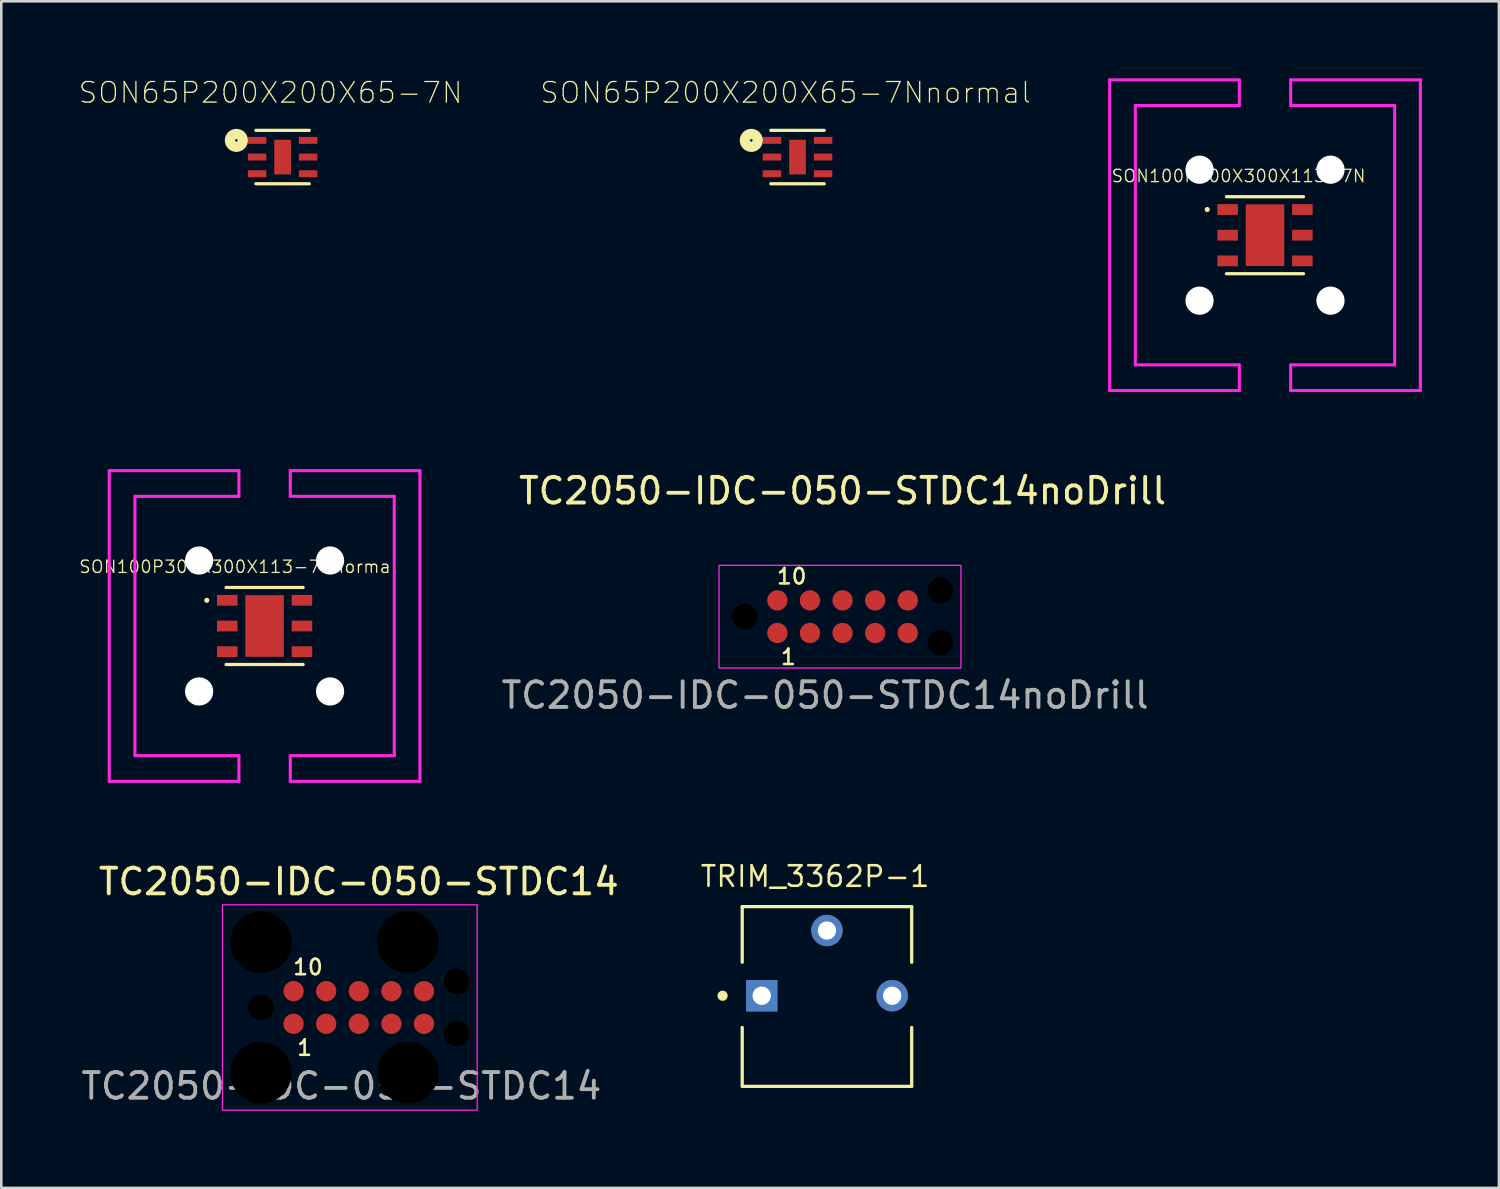
<source format=kicad_pcb>
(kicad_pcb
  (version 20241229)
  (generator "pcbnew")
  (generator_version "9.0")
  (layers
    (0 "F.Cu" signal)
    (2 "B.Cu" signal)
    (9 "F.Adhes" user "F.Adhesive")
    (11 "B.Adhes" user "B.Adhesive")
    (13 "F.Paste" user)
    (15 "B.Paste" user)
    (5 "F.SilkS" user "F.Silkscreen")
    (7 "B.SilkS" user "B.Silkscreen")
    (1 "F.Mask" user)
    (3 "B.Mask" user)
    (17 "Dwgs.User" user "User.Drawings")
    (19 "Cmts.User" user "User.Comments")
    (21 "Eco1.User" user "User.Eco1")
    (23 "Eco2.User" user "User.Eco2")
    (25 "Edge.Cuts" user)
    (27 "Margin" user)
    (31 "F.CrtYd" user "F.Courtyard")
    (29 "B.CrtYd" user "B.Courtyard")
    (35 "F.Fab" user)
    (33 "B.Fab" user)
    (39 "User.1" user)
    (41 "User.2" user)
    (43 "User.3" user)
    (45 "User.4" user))
  (footprint "SON100P300X300X113-7N"
    (layer "F.Cu")
    (at 46.218 6.11)
    (property "Reference" "SON100P300X300X113-7N" (at -1.031 -2.306 0) (layer "F.SilkS") (effects (font (size 0.48 0.48) (thickness 0.05))))
    (attr smd)
    (fp_line (start -1.5 -1.5) (end 1.5 -1.5) (stroke (width 0.127) (type solid)) (layer "F.SilkS"))
    (fp_line (start 1.5 1.5) (end -1.5 1.5) (stroke (width 0.127) (type solid)) (layer "F.SilkS"))
    (fp_circle (center -2.25 -1) (end -2.2 -1) (stroke (width 0.1) (type solid)) (fill no) (layer "F.SilkS"))
    (fp_poly (pts (xy -0.47 -0.75) (xy 0.47 -0.75) (xy 0.47 0.75) (xy -0.47 0.75)) (stroke (width 0) (type solid)) (fill yes) (layer "F.Paste"))
    (fp_line (start -2 -1.75) (end 2 -1.75) (stroke (width 0.05) (type solid)) (layer "Eco1.User"))
    (fp_line (start -2 1.75) (end -2 -1.75) (stroke (width 0.05) (type solid)) (layer "Eco1.User"))
    (fp_line (start 2 -1.75) (end 2 1.75) (stroke (width 0.05) (type solid)) (layer "Eco1.User"))
    (fp_line (start 2 1.75) (end -2 1.75) (stroke (width 0.05) (type solid)) (layer "Eco1.User"))
    (fp_line (start -1.5 1.5) (end -1.5 -1.5) (stroke (width 0.127) (type solid)) (layer "Eco2.User"))
    (fp_line (start 1.5 -1.5) (end 1.5 1.5) (stroke (width 0.127) (type solid)) (layer "Eco2.User"))
    (fp_line (start -6.05 -6.05) (end -6.05 6.05) (stroke (width 0.12) (type solid)) (layer "F.CrtYd"))
    (fp_line (start -6.05 6.05) (end -1 6.05) (stroke (width 0.12) (type solid)) (layer "F.CrtYd"))
    (fp_line (start -5.05 -5.05) (end -5.05 5.05) (stroke (width 0.12) (type solid)) (layer "F.CrtYd"))
    (fp_line (start -5.05 5.05) (end -1 5.05) (stroke (width 0.12) (type solid)) (layer "F.CrtYd"))
    (fp_line (start -1 -6.05) (end -6.05 -6.05) (stroke (width 0.12) (type solid)) (layer "F.CrtYd"))
    (fp_line (start -1 -5.05) (end -5.05 -5.05) (stroke (width 0.12) (type solid)) (layer "F.CrtYd"))
    (fp_line (start -1 -5.05) (end -1 -6.05) (stroke (width 0.12) (type solid)) (layer "F.CrtYd"))
    (fp_line (start -1 6.05) (end -1 5.05) (stroke (width 0.12) (type solid)) (layer "F.CrtYd"))
    (fp_line (start 1 -5.05) (end 1 -6.05) (stroke (width 0.12) (type solid)) (layer "F.CrtYd"))
    (fp_line (start 1 5.05) (end 5.05 5.05) (stroke (width 0.12) (type solid)) (layer "F.CrtYd"))
    (fp_line (start 1 6.05) (end 1 5.05) (stroke (width 0.12) (type solid)) (layer "F.CrtYd"))
    (fp_line (start 1 6.05) (end 6.05 6.05) (stroke (width 0.12) (type solid)) (layer "F.CrtYd"))
    (fp_line (start 5.05 -5.05) (end 1 -5.05) (stroke (width 0.12) (type solid)) (layer "F.CrtYd"))
    (fp_line (start 5.05 5.05) (end 5.05 -5.05) (stroke (width 0.12) (type solid)) (layer "F.CrtYd"))
    (fp_line (start 6.05 -6.05) (end 1 -6.05) (stroke (width 0.12) (type solid)) (layer "F.CrtYd"))
    (fp_line (start 6.05 6.05) (end 6.05 -6.05) (stroke (width 0.12) (type solid)) (layer "F.CrtYd"))
    (pad "" np_thru_hole circle (at -2.55 -2.55) (size 1.1 1.1) (drill 1.1) (layers "*.Cu" "*.Mask"))
    (pad "" np_thru_hole circle (at -2.55 2.55) (size 1.1 1.1) (drill 1.1) (layers "*.Cu" "*.Mask"))
    (pad "" np_thru_hole circle (at 2.55 -2.55) (size 1.1 1.1) (drill 1.1) (layers "*.Cu" "*.Mask"))
    (pad "" np_thru_hole circle (at 2.55 2.55) (size 1.1 1.1) (drill 1.1) (layers "*.Cu" "*.Mask"))
    (pad "1" smd rect (at -1.455 -1) (size 0.8 0.42) (layers "F.Cu" "F.Mask" "F.Paste"))
    (pad "2" smd rect (at -1.455 0) (size 0.8 0.42) (layers "F.Cu" "F.Mask" "F.Paste"))
    (pad "3" smd rect (at -1.455 1) (size 0.8 0.42) (layers "F.Cu" "F.Mask" "F.Paste"))
    (pad "4" smd rect (at 1.455 1) (size 0.8 0.42) (layers "F.Cu" "F.Mask" "F.Paste"))
    (pad "5" smd rect (at 1.455 0) (size 0.8 0.42) (layers "F.Cu" "F.Mask" "F.Paste"))
    (pad "6" smd rect (at 1.455 -1) (size 0.8 0.42) (layers "F.Cu" "F.Mask" "F.Paste"))
    (pad "7" smd rect (at 0 0) (size 1.5 2.4) (layers "F.Cu" "F.Mask" "F.Paste")))
  (footprint "SON65P200X200X65-7N"
    (layer "F.Cu")
    (at 7.956 3.067)
    (property "Reference" "SON65P200X200X65-7N" (at -0.468 -2.51 0) (layer "F.SilkS") (effects (font (size 0.801 0.801) (thickness 0.05))))
    (attr smd)
    (fp_line (start 1.04 -1.04) (end -1.04 -1.04) (stroke (width 0.127) (type solid)) (layer "F.SilkS"))
    (fp_line (start 1.04 1.04) (end -1.04 1.04) (stroke (width 0.127) (type solid)) (layer "F.SilkS"))
    (fp_circle (center -1.8 -0.65) (end -1.75 -0.65) (stroke (width 0.4) (type solid)) (fill no) (layer "F.SilkS"))
    (fp_poly (pts (xy 0.205 -0.427) (xy 0.205 0.427) (xy -0.206 0.427) (xy -0.206 -0.427)) (stroke (width 0) (type solid)) (fill yes) (layer "F.Paste"))
    (fp_line (start -1.61 -1.29) (end 1.61 -1.29) (stroke (width 0.05) (type solid)) (layer "Eco1.User"))
    (fp_line (start -1.61 1.29) (end -1.61 -1.29) (stroke (width 0.05) (type solid)) (layer "Eco1.User"))
    (fp_line (start 1.61 -1.29) (end 1.61 1.29) (stroke (width 0.05) (type solid)) (layer "Eco1.User"))
    (fp_line (start 1.61 1.29) (end -1.61 1.29) (stroke (width 0.05) (type solid)) (layer "Eco1.User"))
    (fp_line (start -1.04 -1.04) (end 1.04 -1.04) (stroke (width 0.127) (type solid)) (layer "Eco2.User"))
    (fp_line (start -1.04 1.04) (end -1.04 -1.04) (stroke (width 0.127) (type solid)) (layer "Eco2.User"))
    (fp_line (start 1.04 -1.04) (end 1.04 1.04) (stroke (width 0.127) (type solid)) (layer "Eco2.User"))
    (fp_line (start 1.04 1.04) (end -1.04 1.04) (stroke (width 0.127) (type solid)) (layer "Eco2.User"))
    (fp_circle (center -0.6 -0.6) (end -0.55 -0.6) (stroke (width 0.4) (type solid)) (fill no) (layer "Eco2.User"))
    (pad "1" smd rect (at -0.995 -0.65) (size 0.72 0.27) (layers "F.Cu" "F.Mask" "F.Paste"))
    (pad "2" smd rect (at -0.995 0) (size 0.72 0.27) (layers "F.Cu" "F.Mask" "F.Paste"))
    (pad "3" smd rect (at -0.995 0.65) (size 0.72 0.27) (layers "F.Cu" "F.Mask" "F.Paste"))
    (pad "4" smd rect (at 0.995 0.65) (size 0.72 0.27) (layers "F.Cu" "F.Mask" "F.Paste"))
    (pad "5" smd rect (at 0.995 0) (size 0.72 0.27) (layers "F.Cu" "F.Mask" "F.Paste"))
    (pad "6" smd rect (at 0.995 -0.65) (size 0.72 0.27) (layers "F.Cu" "F.Mask" "F.Paste"))
    (pad "EP" smd rect (at 0 0 270) (size 1.35 0.65) (layers "F.Cu" "F.Mask" "F.Paste")))
  (footprint "TC2050-IDC-050-STDC14"
    (layer "F.Cu")
    (at 7.114 36.188)
    (property "Reference" "TC2050-IDC-050-STDC14" (at 3.81 -4.9 0) (unlocked yes) (layer "F.SilkS") (effects (font (size 1 1) (thickness 0.15))))
    (attr smd exclude_from_bom)
    (fp_rect (start -1.5 -4) (end 8.42 4) (stroke (width 0.05) (type solid)) (fill no) (layer "F.CrtYd"))
    (fp_text user "1" (at 1.7 1.57 0) (unlocked yes) (layer "F.SilkS") (effects (font (size 0.6 0.6) (thickness 0.1))))
    (fp_text user "10" (at 1.83 -1.57 0) (unlocked yes) (layer "F.SilkS") (effects (font (size 0.6 0.6) (thickness 0.1))))
    (fp_text user "${REFERENCE}" (at 3.13 3.06 0) (unlocked yes) (layer "F.Fab") (effects (font (size 1 1) (thickness 0.15))))
    (pad "" np_thru_hole circle (at 0 -2.54) (size 2.4 2.4) (drill 2.4) (layers "*.Mask"))
    (pad "" np_thru_hole circle (at 0 0) (size 1 1) (drill 1) (layers "*.Mask"))
    (pad "" np_thru_hole circle (at 0 2.54) (size 2.4 2.4) (drill 2.4) (layers "*.Mask"))
    (pad "" np_thru_hole circle (at 5.715 -2.54) (size 2.4 2.4) (drill 2.4) (layers "*.Mask"))
    (pad "" np_thru_hole circle (at 5.715 2.54) (size 2.4 2.4) (drill 2.4) (layers "*.Mask"))
    (pad "" np_thru_hole circle (at 7.62 -1.015) (size 1 1) (drill 1) (layers "*.Mask"))
    (pad "" np_thru_hole circle (at 7.62 1.015) (size 1 1) (drill 1) (layers "*.Mask"))
    (pad "1" smd circle (at 1.27 0.635) (size 0.79 0.79) (layers "F.Cu" "F.Mask"))
    (pad "2" smd circle (at 2.54 0.635) (size 0.79 0.79) (layers "F.Cu" "F.Mask"))
    (pad "3" smd circle (at 3.81 0.635) (size 0.79 0.79) (layers "F.Cu" "F.Mask"))
    (pad "4" smd circle (at 5.08 0.635) (size 0.79 0.79) (layers "F.Cu" "F.Mask"))
    (pad "5" smd circle (at 6.35 0.635) (size 0.79 0.79) (layers "F.Cu" "F.Mask"))
    (pad "6" smd circle (at 6.35 -0.635) (size 0.79 0.79) (layers "F.Cu" "F.Mask"))
    (pad "7" smd circle (at 5.08 -0.635) (size 0.79 0.79) (layers "F.Cu" "F.Mask"))
    (pad "8" smd circle (at 3.81 -0.635) (size 0.79 0.79) (layers "F.Cu" "F.Mask"))
    (pad "9" smd circle (at 2.54 -0.635) (size 0.79 0.79) (layers "F.Cu" "F.Mask"))
    (pad "10" smd circle (at 1.27 -0.635) (size 0.79 0.79) (layers "F.Cu" "F.Mask"))
    (zone (net_name "") (layer "F.Cu") (hatch edge 0.508) (connect_pads) (min_thickness 0.254) (filled_areas_thickness no) (keepout (tracks allowed) (vias allowed) (pads allowed) (copperpour not_allowed) (footprints allowed)) (placement (enabled no)) (fill) (polygon (pts (xy 13.464 36.823) (xy 8.384 36.823) (xy 8.384 35.553) (xy 13.464 35.553)))))
  (footprint "TRIM_3362P-1"
    (layer "F.Cu")
    (at 29.157 35.731)
    (property "Reference" "TRIM_3362P-1" (at -0.461 -4.648 0) (layer "F.SilkS") (effects (font (size 0.8 0.8) (thickness 0.1))))
    (attr through_hole)
    (fp_line (start -3.3 -3.47) (end 3.3 -3.47) (stroke (width 0.127) (type solid)) (layer "F.SilkS"))
    (fp_line (start -3.3 -1.305) (end -3.3 -3.47) (stroke (width 0.127) (type solid)) (layer "F.SilkS"))
    (fp_line (start -3.3 3.52) (end -3.3 1.235) (stroke (width 0.127) (type solid)) (layer "F.SilkS"))
    (fp_line (start 3.3 -3.47) (end 3.3 -1.305) (stroke (width 0.127) (type solid)) (layer "F.SilkS"))
    (fp_line (start 3.3 1.235) (end 3.3 3.52) (stroke (width 0.127) (type solid)) (layer "F.SilkS"))
    (fp_line (start 3.3 3.53) (end -3.3 3.53) (stroke (width 0.127) (type solid)) (layer "F.SilkS"))
    (fp_circle (center -4.064 0) (end -3.964 0) (stroke (width 0.2) (type solid)) (fill no) (layer "F.SilkS"))
    (fp_line (start -3.55 -3.72) (end 3.55 -3.72) (stroke (width 0.05) (type solid)) (layer "Eco1.User"))
    (fp_line (start -3.55 3.78) (end -3.55 -3.72) (stroke (width 0.05) (type solid)) (layer "Eco1.User"))
    (fp_line (start 3.55 -3.72) (end 3.55 3.78) (stroke (width 0.05) (type solid)) (layer "Eco1.User"))
    (fp_line (start 3.55 3.78) (end -3.55 3.78) (stroke (width 0.05) (type solid)) (layer "Eco1.User"))
    (fp_line (start -3.3 -3.47) (end 3.3 -3.47) (stroke (width 0.127) (type solid)) (layer "Eco2.User"))
    (fp_line (start -3.3 3.53) (end -3.3 -3.47) (stroke (width 0.127) (type solid)) (layer "Eco2.User"))
    (fp_line (start 3.3 -3.47) (end 3.3 3.53) (stroke (width 0.127) (type solid)) (layer "Eco2.User"))
    (fp_line (start 3.3 3.53) (end -3.3 3.53) (stroke (width 0.127) (type solid)) (layer "Eco2.User"))
    (pad "1" thru_hole rect (at -2.54 0 180) (size 1.222 1.222) (drill 0.714) (layers "*.Cu" "*.Mask"))
    (pad "2" thru_hole circle (at 0 -2.54 180) (size 1.222 1.222) (drill 0.714) (layers "*.Cu" "*.Mask"))
    (pad "3" thru_hole circle (at 2.54 0 180) (size 1.222 1.222) (drill 0.714) (layers "*.Cu" "*.Mask")))
  (footprint "SON100P300X300X113-7Nnormal"
    (layer "F.Cu")
    (at 7.255 21.33)
    (property "Reference" "SON100P300X300X113-7Nnormal" (at -1.031 -2.306 0) (layer "F.SilkS") (effects (font (size 0.48 0.48) (thickness 0.05))))
    (attr smd)
    (fp_line (start -1.5 -1.5) (end 1.5 -1.5) (stroke (width 0.127) (type solid)) (layer "F.SilkS"))
    (fp_line (start 1.5 1.5) (end -1.5 1.5) (stroke (width 0.127) (type solid)) (layer "F.SilkS"))
    (fp_circle (center -2.25 -1) (end -2.2 -1) (stroke (width 0.1) (type solid)) (fill no) (layer "F.SilkS"))
    (fp_poly (pts (xy -0.47 -0.75) (xy 0.47 -0.75) (xy 0.47 0.75) (xy -0.47 0.75)) (stroke (width 0) (type solid)) (fill yes) (layer "F.Paste"))
    (fp_line (start -2 -1.75) (end 2 -1.75) (stroke (width 0.05) (type solid)) (layer "Eco1.User"))
    (fp_line (start -2 1.75) (end -2 -1.75) (stroke (width 0.05) (type solid)) (layer "Eco1.User"))
    (fp_line (start 2 -1.75) (end 2 1.75) (stroke (width 0.05) (type solid)) (layer "Eco1.User"))
    (fp_line (start 2 1.75) (end -2 1.75) (stroke (width 0.05) (type solid)) (layer "Eco1.User"))
    (fp_line (start -1.5 1.5) (end -1.5 -1.5) (stroke (width 0.127) (type solid)) (layer "Eco2.User"))
    (fp_line (start 1.5 -1.5) (end 1.5 1.5) (stroke (width 0.127) (type solid)) (layer "Eco2.User"))
    (fp_line (start -6.05 -6.05) (end -6.05 6.05) (stroke (width 0.12) (type solid)) (layer "F.CrtYd"))
    (fp_line (start -6.05 6.05) (end -1 6.05) (stroke (width 0.12) (type solid)) (layer "F.CrtYd"))
    (fp_line (start -5.05 -5.05) (end -5.05 5.05) (stroke (width 0.12) (type solid)) (layer "F.CrtYd"))
    (fp_line (start -5.05 5.05) (end -1 5.05) (stroke (width 0.12) (type solid)) (layer "F.CrtYd"))
    (fp_line (start -1 -6.05) (end -6.05 -6.05) (stroke (width 0.12) (type solid)) (layer "F.CrtYd"))
    (fp_line (start -1 -5.05) (end -5.05 -5.05) (stroke (width 0.12) (type solid)) (layer "F.CrtYd"))
    (fp_line (start -1 -5.05) (end -1 -6.05) (stroke (width 0.12) (type solid)) (layer "F.CrtYd"))
    (fp_line (start -1 6.05) (end -1 5.05) (stroke (width 0.12) (type solid)) (layer "F.CrtYd"))
    (fp_line (start 1 -5.05) (end 1 -6.05) (stroke (width 0.12) (type solid)) (layer "F.CrtYd"))
    (fp_line (start 1 5.05) (end 5.05 5.05) (stroke (width 0.12) (type solid)) (layer "F.CrtYd"))
    (fp_line (start 1 6.05) (end 1 5.05) (stroke (width 0.12) (type solid)) (layer "F.CrtYd"))
    (fp_line (start 1 6.05) (end 6.05 6.05) (stroke (width 0.12) (type solid)) (layer "F.CrtYd"))
    (fp_line (start 5.05 -5.05) (end 1 -5.05) (stroke (width 0.12) (type solid)) (layer "F.CrtYd"))
    (fp_line (start 5.05 5.05) (end 5.05 -5.05) (stroke (width 0.12) (type solid)) (layer "F.CrtYd"))
    (fp_line (start 6.05 -6.05) (end 1 -6.05) (stroke (width 0.12) (type solid)) (layer "F.CrtYd"))
    (fp_line (start 6.05 6.05) (end 6.05 -6.05) (stroke (width 0.12) (type solid)) (layer "F.CrtYd"))
    (pad "" np_thru_hole circle (at -2.55 -2.55) (size 1.1 1.1) (drill 1.1) (layers "*.Cu" "*.Mask"))
    (pad "" np_thru_hole circle (at -2.55 2.55) (size 1.1 1.1) (drill 1.1) (layers "*.Cu" "*.Mask"))
    (pad "" np_thru_hole circle (at 2.55 -2.55) (size 1.1 1.1) (drill 1.1) (layers "*.Cu" "*.Mask"))
    (pad "" np_thru_hole circle (at 2.55 2.55) (size 1.1 1.1) (drill 1.1) (layers "*.Cu" "*.Mask"))
    (pad "1" smd rect (at -1.455 -1) (size 0.8 0.42) (layers "F.Cu" "F.Mask" "F.Paste"))
    (pad "2" smd rect (at -1.455 0) (size 0.8 0.42) (layers "F.Cu" "F.Mask" "F.Paste"))
    (pad "3" smd rect (at -1.455 1) (size 0.8 0.42) (layers "F.Cu" "F.Mask" "F.Paste"))
    (pad "4" smd rect (at 1.455 1) (size 0.8 0.42) (layers "F.Cu" "F.Mask" "F.Paste"))
    (pad "5" smd rect (at 1.455 0) (size 0.8 0.42) (layers "F.Cu" "F.Mask" "F.Paste"))
    (pad "6" smd rect (at 1.455 -1) (size 0.8 0.42) (layers "F.Cu" "F.Mask" "F.Paste"))
    (pad "7" smd rect (at 0 0) (size 1.5 2.4) (layers "F.Cu" "F.Mask" "F.Paste")))
  (footprint "SON65P200X200X65-7Nnormal"
    (layer "F.Cu")
    (at 28.011 3.067)
    (property "Reference" "SON65P200X200X65-7Nnormal" (at -0.468 -2.51 0) (layer "F.SilkS") (effects (font (size 0.801 0.801) (thickness 0.05))))
    (attr smd)
    (fp_line (start 1.04 -1.04) (end -1.04 -1.04) (stroke (width 0.127) (type solid)) (layer "F.SilkS"))
    (fp_line (start 1.04 1.04) (end -1.04 1.04) (stroke (width 0.127) (type solid)) (layer "F.SilkS"))
    (fp_circle (center -1.8 -0.65) (end -1.75 -0.65) (stroke (width 0.4) (type solid)) (fill no) (layer "F.SilkS"))
    (fp_poly (pts (xy 0.205 -0.427) (xy 0.205 0.427) (xy -0.206 0.427) (xy -0.206 -0.427)) (stroke (width 0) (type solid)) (fill yes) (layer "F.Paste"))
    (fp_line (start -1.61 -1.29) (end 1.61 -1.29) (stroke (width 0.05) (type solid)) (layer "Eco1.User"))
    (fp_line (start -1.61 1.29) (end -1.61 -1.29) (stroke (width 0.05) (type solid)) (layer "Eco1.User"))
    (fp_line (start 1.61 -1.29) (end 1.61 1.29) (stroke (width 0.05) (type solid)) (layer "Eco1.User"))
    (fp_line (start 1.61 1.29) (end -1.61 1.29) (stroke (width 0.05) (type solid)) (layer "Eco1.User"))
    (fp_line (start -1.04 -1.04) (end 1.04 -1.04) (stroke (width 0.127) (type solid)) (layer "Eco2.User"))
    (fp_line (start -1.04 1.04) (end -1.04 -1.04) (stroke (width 0.127) (type solid)) (layer "Eco2.User"))
    (fp_line (start 1.04 -1.04) (end 1.04 1.04) (stroke (width 0.127) (type solid)) (layer "Eco2.User"))
    (fp_line (start 1.04 1.04) (end -1.04 1.04) (stroke (width 0.127) (type solid)) (layer "Eco2.User"))
    (fp_circle (center -0.6 -0.6) (end -0.55 -0.6) (stroke (width 0.4) (type solid)) (fill no) (layer "Eco2.User"))
    (pad "1" smd rect (at -0.995 -0.65) (size 0.72 0.27) (layers "F.Cu" "F.Mask" "F.Paste"))
    (pad "2" smd rect (at -0.995 0) (size 0.72 0.27) (layers "F.Cu" "F.Mask" "F.Paste"))
    (pad "3" smd rect (at -0.995 0.65) (size 0.72 0.27) (layers "F.Cu" "F.Mask" "F.Paste"))
    (pad "4" smd rect (at 0.995 0.65) (size 0.72 0.27) (layers "F.Cu" "F.Mask" "F.Paste"))
    (pad "5" smd rect (at 0.995 0) (size 0.72 0.27) (layers "F.Cu" "F.Mask" "F.Paste"))
    (pad "6" smd rect (at 0.995 -0.65) (size 0.72 0.27) (layers "F.Cu" "F.Mask" "F.Paste"))
    (pad "EP" smd rect (at 0 0 270) (size 1.35 0.65) (layers "F.Cu" "F.Mask" "F.Paste")))
  (footprint "TC2050-IDC-050-STDC14noDrill"
    (layer "F.Cu")
    (at 25.955 20.968)
    (property "Reference" "TC2050-IDC-050-STDC14noDrill" (at 3.81 -4.9 0) (unlocked yes) (layer "F.SilkS") (effects (font (size 1 1) (thickness 0.15))))
    (attr smd exclude_from_bom)
    (fp_rect (start -1 -2) (end 8.42 2) (stroke (width 0.05) (type solid)) (fill no) (layer "F.CrtYd"))
    (fp_text user "1" (at 1.7 1.57 0) (unlocked yes) (layer "F.SilkS") (effects (font (size 0.6 0.6) (thickness 0.1))))
    (fp_text user "10" (at 1.83 -1.57 0) (unlocked yes) (layer "F.SilkS") (effects (font (size 0.6 0.6) (thickness 0.1))))
    (fp_text user "${REFERENCE}" (at 3.13 3.06 0) (unlocked yes) (layer "F.Fab") (effects (font (size 1 1) (thickness 0.15))))
    (pad "" np_thru_hole circle (at 0 0) (size 1 1) (drill 1) (layers "*.Mask"))
    (pad "" np_thru_hole circle (at 7.62 -1.015) (size 1 1) (drill 1) (layers "*.Mask"))
    (pad "" np_thru_hole circle (at 7.62 1.015) (size 1 1) (drill 1) (layers "*.Mask"))
    (pad "1" smd circle (at 1.27 0.635) (size 0.79 0.79) (layers "F.Cu" "F.Mask"))
    (pad "2" smd circle (at 2.54 0.635) (size 0.79 0.79) (layers "F.Cu" "F.Mask"))
    (pad "3" smd circle (at 3.81 0.635) (size 0.79 0.79) (layers "F.Cu" "F.Mask"))
    (pad "4" smd circle (at 5.08 0.635) (size 0.79 0.79) (layers "F.Cu" "F.Mask"))
    (pad "5" smd circle (at 6.35 0.635) (size 0.79 0.79) (layers "F.Cu" "F.Mask"))
    (pad "6" smd circle (at 6.35 -0.635) (size 0.79 0.79) (layers "F.Cu" "F.Mask"))
    (pad "7" smd circle (at 5.08 -0.635) (size 0.79 0.79) (layers "F.Cu" "F.Mask"))
    (pad "8" smd circle (at 3.81 -0.635) (size 0.79 0.79) (layers "F.Cu" "F.Mask"))
    (pad "9" smd circle (at 2.54 -0.635) (size 0.79 0.79) (layers "F.Cu" "F.Mask"))
    (pad "10" smd circle (at 1.27 -0.635) (size 0.79 0.79) (layers "F.Cu" "F.Mask"))
    (zone (net_name "") (layer "F.Cu") (hatch edge 0.508) (connect_pads) (min_thickness 0.254) (filled_areas_thickness no) (keepout (tracks allowed) (vias allowed) (pads allowed) (copperpour not_allowed) (footprints allowed)) (placement (enabled no)) (fill) (polygon (pts (xy 32.305 21.603) (xy 27.225 21.603) (xy 27.225 20.333) (xy 32.305 20.333)))))
  (gr_rect
    (start -3 -3)
    (end 55.328 43.213)
    (stroke (width 0.1) (type default))
    (fill no)
    (layer "Edge.Cuts")))
</source>
